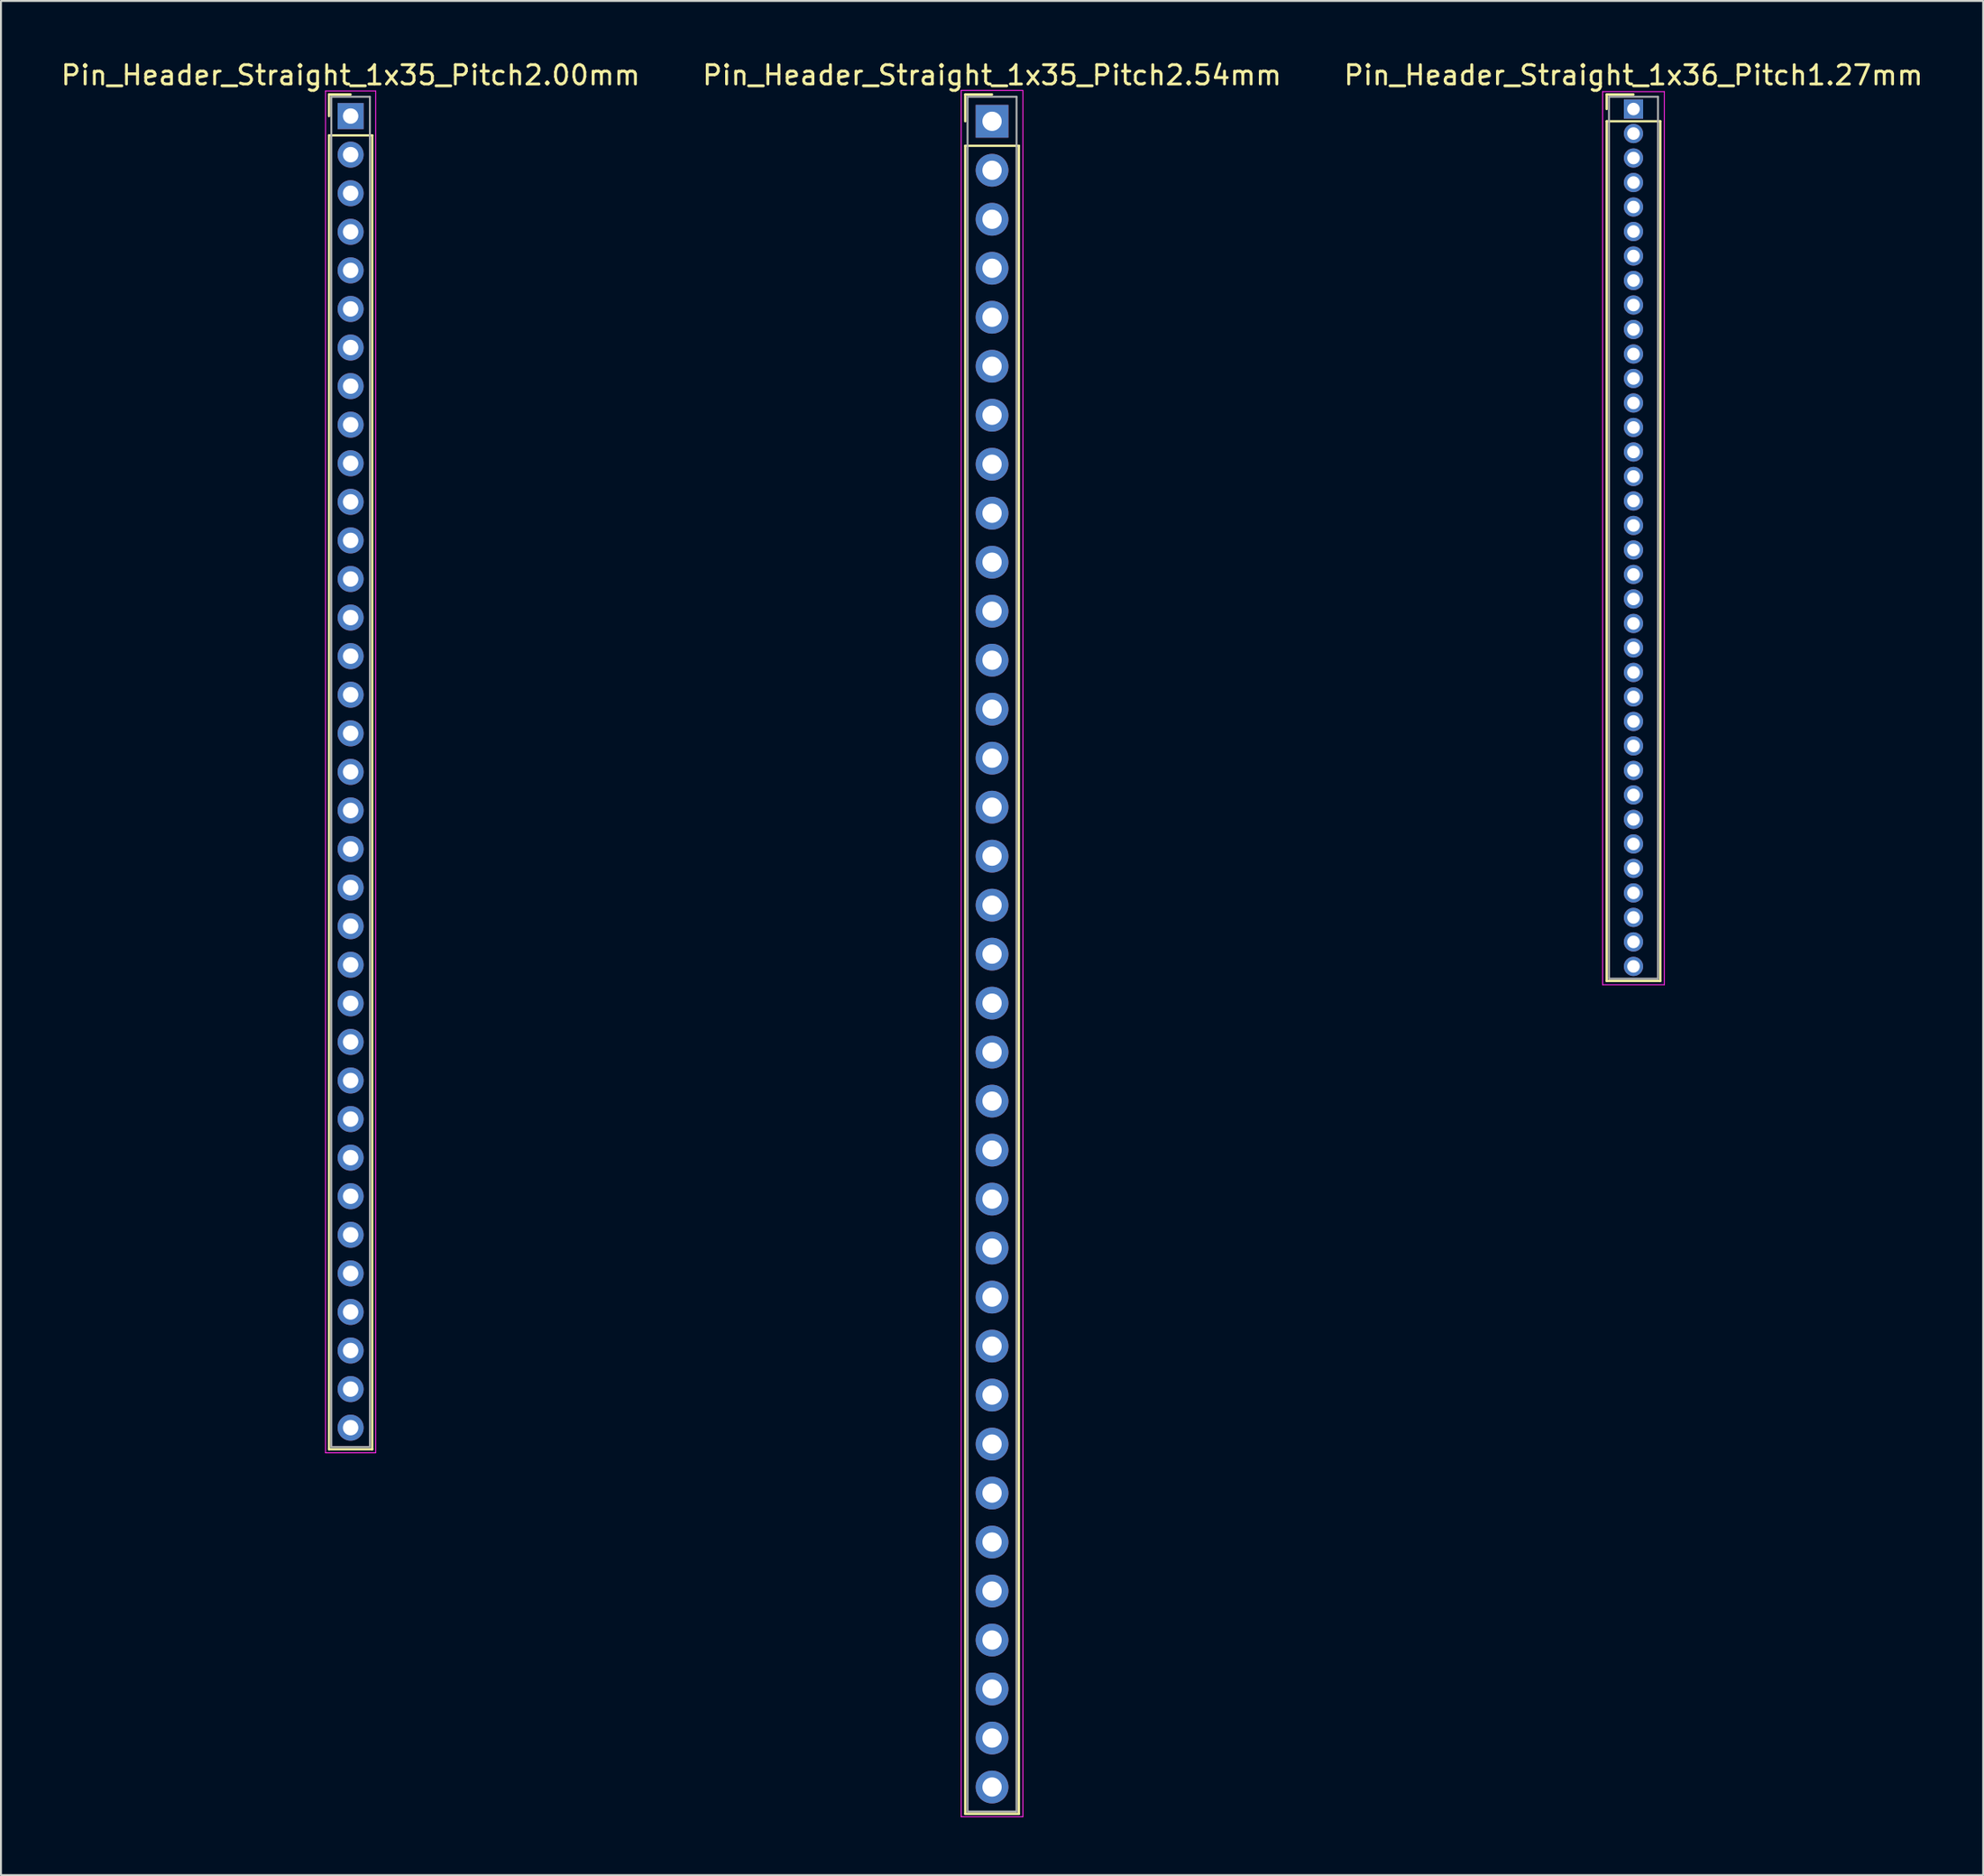
<source format=kicad_pcb>
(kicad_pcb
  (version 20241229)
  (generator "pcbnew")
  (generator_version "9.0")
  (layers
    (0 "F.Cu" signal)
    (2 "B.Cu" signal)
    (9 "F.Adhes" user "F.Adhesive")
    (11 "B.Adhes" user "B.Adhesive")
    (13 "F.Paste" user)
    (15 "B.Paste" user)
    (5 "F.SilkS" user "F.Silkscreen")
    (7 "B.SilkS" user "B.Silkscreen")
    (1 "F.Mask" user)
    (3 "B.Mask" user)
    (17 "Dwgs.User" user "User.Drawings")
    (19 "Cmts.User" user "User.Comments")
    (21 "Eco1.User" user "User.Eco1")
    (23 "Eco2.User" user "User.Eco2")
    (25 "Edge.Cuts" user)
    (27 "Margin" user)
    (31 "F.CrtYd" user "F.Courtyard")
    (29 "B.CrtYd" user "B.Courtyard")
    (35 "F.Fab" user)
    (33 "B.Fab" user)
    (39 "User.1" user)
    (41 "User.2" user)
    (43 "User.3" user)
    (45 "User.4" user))
  (footprint "Pin_Header_Straight_1x35_Pitch2.54mm"
    (layer "F.Cu")
    (at 48.375 3.238)
    (property "Reference" "Pin_Header_Straight_1x35_Pitch2.54mm" (at 0 -2.39 0) (layer "F.SilkS") (effects (font (size 1 1) (thickness 0.15))))
    (attr through_hole)
    (fp_line (start -1.39 -1.39) (end 0 -1.39) (stroke (width 0.12) (type solid)) (layer "F.SilkS"))
    (fp_line (start -1.39 0) (end -1.39 -1.39) (stroke (width 0.12) (type solid)) (layer "F.SilkS"))
    (fp_line (start -1.39 1.27) (end -1.39 87.75) (stroke (width 0.12) (type solid)) (layer "F.SilkS"))
    (fp_line (start -1.39 87.75) (end 1.39 87.75) (stroke (width 0.12) (type solid)) (layer "F.SilkS"))
    (fp_line (start 1.39 1.27) (end -1.39 1.27) (stroke (width 0.12) (type solid)) (layer "F.SilkS"))
    (fp_line (start 1.39 87.75) (end 1.39 1.27) (stroke (width 0.12) (type solid)) (layer "F.SilkS"))
    (fp_line (start -1.6 -1.6) (end -1.6 87.9) (stroke (width 0.05) (type solid)) (layer "F.CrtYd"))
    (fp_line (start -1.6 87.9) (end 1.6 87.9) (stroke (width 0.05) (type solid)) (layer "F.CrtYd"))
    (fp_line (start 1.6 -1.6) (end -1.6 -1.6) (stroke (width 0.05) (type solid)) (layer "F.CrtYd"))
    (fp_line (start 1.6 87.9) (end 1.6 -1.6) (stroke (width 0.05) (type solid)) (layer "F.CrtYd"))
    (fp_line (start -1.27 -1.27) (end -1.27 87.63) (stroke (width 0.1) (type solid)) (layer "F.Fab"))
    (fp_line (start -1.27 87.63) (end 1.27 87.63) (stroke (width 0.1) (type solid)) (layer "F.Fab"))
    (fp_line (start 1.27 -1.27) (end -1.27 -1.27) (stroke (width 0.1) (type solid)) (layer "F.Fab"))
    (fp_line (start 1.27 87.63) (end 1.27 -1.27) (stroke (width 0.1) (type solid)) (layer "F.Fab"))
    (pad "1" thru_hole rect (at 0 0) (size 1.7 1.7) (drill 1) (layers "*.Cu" "*.Mask"))
    (pad "2" thru_hole oval (at 0 2.54) (size 1.7 1.7) (drill 1) (layers "*.Cu" "*.Mask"))
    (pad "3" thru_hole oval (at 0 5.08) (size 1.7 1.7) (drill 1) (layers "*.Cu" "*.Mask"))
    (pad "4" thru_hole oval (at 0 7.62) (size 1.7 1.7) (drill 1) (layers "*.Cu" "*.Mask"))
    (pad "5" thru_hole oval (at 0 10.16) (size 1.7 1.7) (drill 1) (layers "*.Cu" "*.Mask"))
    (pad "6" thru_hole oval (at 0 12.7) (size 1.7 1.7) (drill 1) (layers "*.Cu" "*.Mask"))
    (pad "7" thru_hole oval (at 0 15.24) (size 1.7 1.7) (drill 1) (layers "*.Cu" "*.Mask"))
    (pad "8" thru_hole oval (at 0 17.78) (size 1.7 1.7) (drill 1) (layers "*.Cu" "*.Mask"))
    (pad "9" thru_hole oval (at 0 20.32) (size 1.7 1.7) (drill 1) (layers "*.Cu" "*.Mask"))
    (pad "10" thru_hole oval (at 0 22.86) (size 1.7 1.7) (drill 1) (layers "*.Cu" "*.Mask"))
    (pad "11" thru_hole oval (at 0 25.4) (size 1.7 1.7) (drill 1) (layers "*.Cu" "*.Mask"))
    (pad "12" thru_hole oval (at 0 27.94) (size 1.7 1.7) (drill 1) (layers "*.Cu" "*.Mask"))
    (pad "13" thru_hole oval (at 0 30.48) (size 1.7 1.7) (drill 1) (layers "*.Cu" "*.Mask"))
    (pad "14" thru_hole oval (at 0 33.02) (size 1.7 1.7) (drill 1) (layers "*.Cu" "*.Mask"))
    (pad "15" thru_hole oval (at 0 35.56) (size 1.7 1.7) (drill 1) (layers "*.Cu" "*.Mask"))
    (pad "16" thru_hole oval (at 0 38.1) (size 1.7 1.7) (drill 1) (layers "*.Cu" "*.Mask"))
    (pad "17" thru_hole oval (at 0 40.64) (size 1.7 1.7) (drill 1) (layers "*.Cu" "*.Mask"))
    (pad "18" thru_hole oval (at 0 43.18) (size 1.7 1.7) (drill 1) (layers "*.Cu" "*.Mask"))
    (pad "19" thru_hole oval (at 0 45.72) (size 1.7 1.7) (drill 1) (layers "*.Cu" "*.Mask"))
    (pad "20" thru_hole oval (at 0 48.26) (size 1.7 1.7) (drill 1) (layers "*.Cu" "*.Mask"))
    (pad "21" thru_hole oval (at 0 50.8) (size 1.7 1.7) (drill 1) (layers "*.Cu" "*.Mask"))
    (pad "22" thru_hole oval (at 0 53.34) (size 1.7 1.7) (drill 1) (layers "*.Cu" "*.Mask"))
    (pad "23" thru_hole oval (at 0 55.88) (size 1.7 1.7) (drill 1) (layers "*.Cu" "*.Mask"))
    (pad "24" thru_hole oval (at 0 58.42) (size 1.7 1.7) (drill 1) (layers "*.Cu" "*.Mask"))
    (pad "25" thru_hole oval (at 0 60.96) (size 1.7 1.7) (drill 1) (layers "*.Cu" "*.Mask"))
    (pad "26" thru_hole oval (at 0 63.5) (size 1.7 1.7) (drill 1) (layers "*.Cu" "*.Mask"))
    (pad "27" thru_hole oval (at 0 66.04) (size 1.7 1.7) (drill 1) (layers "*.Cu" "*.Mask"))
    (pad "28" thru_hole oval (at 0 68.58) (size 1.7 1.7) (drill 1) (layers "*.Cu" "*.Mask"))
    (pad "29" thru_hole oval (at 0 71.12) (size 1.7 1.7) (drill 1) (layers "*.Cu" "*.Mask"))
    (pad "30" thru_hole oval (at 0 73.66) (size 1.7 1.7) (drill 1) (layers "*.Cu" "*.Mask"))
    (pad "31" thru_hole oval (at 0 76.2) (size 1.7 1.7) (drill 1) (layers "*.Cu" "*.Mask"))
    (pad "32" thru_hole oval (at 0 78.74) (size 1.7 1.7) (drill 1) (layers "*.Cu" "*.Mask"))
    (pad "33" thru_hole oval (at 0 81.28) (size 1.7 1.7) (drill 1) (layers "*.Cu" "*.Mask"))
    (pad "34" thru_hole oval (at 0 83.82) (size 1.7 1.7) (drill 1) (layers "*.Cu" "*.Mask"))
    (pad "35" thru_hole oval (at 0 86.36) (size 1.7 1.7) (drill 1) (layers "*.Cu" "*.Mask")))
  (footprint "Pin_Header_Straight_1x36_Pitch1.27mm"
    (layer "F.Cu")
    (at 81.625 2.603)
    (property "Reference" "Pin_Header_Straight_1x36_Pitch1.27mm" (at 0 -1.755 0) (layer "F.SilkS") (effects (font (size 1 1) (thickness 0.15))))
    (attr through_hole)
    (fp_line (start -1.39 -0.755) (end 0 -0.755) (stroke (width 0.12) (type solid)) (layer "F.SilkS"))
    (fp_line (start -1.39 0) (end -1.39 -0.755) (stroke (width 0.12) (type solid)) (layer "F.SilkS"))
    (fp_line (start -1.39 0.635) (end -1.39 45.205) (stroke (width 0.12) (type solid)) (layer "F.SilkS"))
    (fp_line (start -1.39 45.205) (end 1.39 45.205) (stroke (width 0.12) (type solid)) (layer "F.SilkS"))
    (fp_line (start 1.39 0.635) (end -1.39 0.635) (stroke (width 0.12) (type solid)) (layer "F.SilkS"))
    (fp_line (start 1.39 45.205) (end 1.39 0.635) (stroke (width 0.12) (type solid)) (layer "F.SilkS"))
    (fp_line (start -1.6 -0.9) (end -1.6 45.4) (stroke (width 0.05) (type solid)) (layer "F.CrtYd"))
    (fp_line (start -1.6 45.4) (end 1.6 45.4) (stroke (width 0.05) (type solid)) (layer "F.CrtYd"))
    (fp_line (start 1.6 -0.9) (end -1.6 -0.9) (stroke (width 0.05) (type solid)) (layer "F.CrtYd"))
    (fp_line (start 1.6 45.4) (end 1.6 -0.9) (stroke (width 0.05) (type solid)) (layer "F.CrtYd"))
    (fp_line (start -1.27 -0.635) (end -1.27 45.085) (stroke (width 0.1) (type solid)) (layer "F.Fab"))
    (fp_line (start -1.27 45.085) (end 1.27 45.085) (stroke (width 0.1) (type solid)) (layer "F.Fab"))
    (fp_line (start 1.27 -0.635) (end -1.27 -0.635) (stroke (width 0.1) (type solid)) (layer "F.Fab"))
    (fp_line (start 1.27 45.085) (end 1.27 -0.635) (stroke (width 0.1) (type solid)) (layer "F.Fab"))
    (pad "1" thru_hole rect (at 0 0) (size 1 1) (drill 0.65) (layers "*.Cu" "*.Mask"))
    (pad "2" thru_hole oval (at 0 1.27) (size 1 1) (drill 0.65) (layers "*.Cu" "*.Mask"))
    (pad "3" thru_hole oval (at 0 2.54) (size 1 1) (drill 0.65) (layers "*.Cu" "*.Mask"))
    (pad "4" thru_hole oval (at 0 3.81) (size 1 1) (drill 0.65) (layers "*.Cu" "*.Mask"))
    (pad "5" thru_hole oval (at 0 5.08) (size 1 1) (drill 0.65) (layers "*.Cu" "*.Mask"))
    (pad "6" thru_hole oval (at 0 6.35) (size 1 1) (drill 0.65) (layers "*.Cu" "*.Mask"))
    (pad "7" thru_hole oval (at 0 7.62) (size 1 1) (drill 0.65) (layers "*.Cu" "*.Mask"))
    (pad "8" thru_hole oval (at 0 8.89) (size 1 1) (drill 0.65) (layers "*.Cu" "*.Mask"))
    (pad "9" thru_hole oval (at 0 10.16) (size 1 1) (drill 0.65) (layers "*.Cu" "*.Mask"))
    (pad "10" thru_hole oval (at 0 11.43) (size 1 1) (drill 0.65) (layers "*.Cu" "*.Mask"))
    (pad "11" thru_hole oval (at 0 12.7) (size 1 1) (drill 0.65) (layers "*.Cu" "*.Mask"))
    (pad "12" thru_hole oval (at 0 13.97) (size 1 1) (drill 0.65) (layers "*.Cu" "*.Mask"))
    (pad "13" thru_hole oval (at 0 15.24) (size 1 1) (drill 0.65) (layers "*.Cu" "*.Mask"))
    (pad "14" thru_hole oval (at 0 16.51) (size 1 1) (drill 0.65) (layers "*.Cu" "*.Mask"))
    (pad "15" thru_hole oval (at 0 17.78) (size 1 1) (drill 0.65) (layers "*.Cu" "*.Mask"))
    (pad "16" thru_hole oval (at 0 19.05) (size 1 1) (drill 0.65) (layers "*.Cu" "*.Mask"))
    (pad "17" thru_hole oval (at 0 20.32) (size 1 1) (drill 0.65) (layers "*.Cu" "*.Mask"))
    (pad "18" thru_hole oval (at 0 21.59) (size 1 1) (drill 0.65) (layers "*.Cu" "*.Mask"))
    (pad "19" thru_hole oval (at 0 22.86) (size 1 1) (drill 0.65) (layers "*.Cu" "*.Mask"))
    (pad "20" thru_hole oval (at 0 24.13) (size 1 1) (drill 0.65) (layers "*.Cu" "*.Mask"))
    (pad "21" thru_hole oval (at 0 25.4) (size 1 1) (drill 0.65) (layers "*.Cu" "*.Mask"))
    (pad "22" thru_hole oval (at 0 26.67) (size 1 1) (drill 0.65) (layers "*.Cu" "*.Mask"))
    (pad "23" thru_hole oval (at 0 27.94) (size 1 1) (drill 0.65) (layers "*.Cu" "*.Mask"))
    (pad "24" thru_hole oval (at 0 29.21) (size 1 1) (drill 0.65) (layers "*.Cu" "*.Mask"))
    (pad "25" thru_hole oval (at 0 30.48) (size 1 1) (drill 0.65) (layers "*.Cu" "*.Mask"))
    (pad "26" thru_hole oval (at 0 31.75) (size 1 1) (drill 0.65) (layers "*.Cu" "*.Mask"))
    (pad "27" thru_hole oval (at 0 33.02) (size 1 1) (drill 0.65) (layers "*.Cu" "*.Mask"))
    (pad "28" thru_hole oval (at 0 34.29) (size 1 1) (drill 0.65) (layers "*.Cu" "*.Mask"))
    (pad "29" thru_hole oval (at 0 35.56) (size 1 1) (drill 0.65) (layers "*.Cu" "*.Mask"))
    (pad "30" thru_hole oval (at 0 36.83) (size 1 1) (drill 0.65) (layers "*.Cu" "*.Mask"))
    (pad "31" thru_hole oval (at 0 38.1) (size 1 1) (drill 0.65) (layers "*.Cu" "*.Mask"))
    (pad "32" thru_hole oval (at 0 39.37) (size 1 1) (drill 0.65) (layers "*.Cu" "*.Mask"))
    (pad "33" thru_hole oval (at 0 40.64) (size 1 1) (drill 0.65) (layers "*.Cu" "*.Mask"))
    (pad "34" thru_hole oval (at 0 41.91) (size 1 1) (drill 0.65) (layers "*.Cu" "*.Mask"))
    (pad "35" thru_hole oval (at 0 43.18) (size 1 1) (drill 0.65) (layers "*.Cu" "*.Mask"))
    (pad "36" thru_hole oval (at 0 44.45) (size 1 1) (drill 0.65) (layers "*.Cu" "*.Mask")))
  (footprint "Pin_Header_Straight_1x35_Pitch2.00mm"
    (layer "F.Cu")
    (at 15.125 2.968)
    (property "Reference" "Pin_Header_Straight_1x35_Pitch2.00mm" (at 0 -2.12 0) (layer "F.SilkS") (effects (font (size 1 1) (thickness 0.15))))
    (attr through_hole)
    (fp_line (start -1.12 -1.12) (end 0 -1.12) (stroke (width 0.12) (type solid)) (layer "F.SilkS"))
    (fp_line (start -1.12 0) (end -1.12 -1.12) (stroke (width 0.12) (type solid)) (layer "F.SilkS"))
    (fp_line (start -1.12 1) (end -1.12 69.12) (stroke (width 0.12) (type solid)) (layer "F.SilkS"))
    (fp_line (start -1.12 69.12) (end 1.12 69.12) (stroke (width 0.12) (type solid)) (layer "F.SilkS"))
    (fp_line (start 1.12 1) (end -1.12 1) (stroke (width 0.12) (type solid)) (layer "F.SilkS"))
    (fp_line (start 1.12 69.12) (end 1.12 1) (stroke (width 0.12) (type solid)) (layer "F.SilkS"))
    (fp_line (start -1.3 -1.3) (end -1.3 69.3) (stroke (width 0.05) (type solid)) (layer "F.CrtYd"))
    (fp_line (start -1.3 69.3) (end 1.3 69.3) (stroke (width 0.05) (type solid)) (layer "F.CrtYd"))
    (fp_line (start 1.3 -1.3) (end -1.3 -1.3) (stroke (width 0.05) (type solid)) (layer "F.CrtYd"))
    (fp_line (start 1.3 69.3) (end 1.3 -1.3) (stroke (width 0.05) (type solid)) (layer "F.CrtYd"))
    (fp_line (start -1 -1) (end -1 69) (stroke (width 0.1) (type solid)) (layer "F.Fab"))
    (fp_line (start -1 69) (end 1 69) (stroke (width 0.1) (type solid)) (layer "F.Fab"))
    (fp_line (start 1 -1) (end -1 -1) (stroke (width 0.1) (type solid)) (layer "F.Fab"))
    (fp_line (start 1 69) (end 1 -1) (stroke (width 0.1) (type solid)) (layer "F.Fab"))
    (pad "1" thru_hole rect (at 0 0) (size 1.35 1.35) (drill 0.8) (layers "*.Cu" "*.Mask"))
    (pad "2" thru_hole oval (at 0 2) (size 1.35 1.35) (drill 0.8) (layers "*.Cu" "*.Mask"))
    (pad "3" thru_hole oval (at 0 4) (size 1.35 1.35) (drill 0.8) (layers "*.Cu" "*.Mask"))
    (pad "4" thru_hole oval (at 0 6) (size 1.35 1.35) (drill 0.8) (layers "*.Cu" "*.Mask"))
    (pad "5" thru_hole oval (at 0 8) (size 1.35 1.35) (drill 0.8) (layers "*.Cu" "*.Mask"))
    (pad "6" thru_hole oval (at 0 10) (size 1.35 1.35) (drill 0.8) (layers "*.Cu" "*.Mask"))
    (pad "7" thru_hole oval (at 0 12) (size 1.35 1.35) (drill 0.8) (layers "*.Cu" "*.Mask"))
    (pad "8" thru_hole oval (at 0 14) (size 1.35 1.35) (drill 0.8) (layers "*.Cu" "*.Mask"))
    (pad "9" thru_hole oval (at 0 16) (size 1.35 1.35) (drill 0.8) (layers "*.Cu" "*.Mask"))
    (pad "10" thru_hole oval (at 0 18) (size 1.35 1.35) (drill 0.8) (layers "*.Cu" "*.Mask"))
    (pad "11" thru_hole oval (at 0 20) (size 1.35 1.35) (drill 0.8) (layers "*.Cu" "*.Mask"))
    (pad "12" thru_hole oval (at 0 22) (size 1.35 1.35) (drill 0.8) (layers "*.Cu" "*.Mask"))
    (pad "13" thru_hole oval (at 0 24) (size 1.35 1.35) (drill 0.8) (layers "*.Cu" "*.Mask"))
    (pad "14" thru_hole oval (at 0 26) (size 1.35 1.35) (drill 0.8) (layers "*.Cu" "*.Mask"))
    (pad "15" thru_hole oval (at 0 28) (size 1.35 1.35) (drill 0.8) (layers "*.Cu" "*.Mask"))
    (pad "16" thru_hole oval (at 0 30) (size 1.35 1.35) (drill 0.8) (layers "*.Cu" "*.Mask"))
    (pad "17" thru_hole oval (at 0 32) (size 1.35 1.35) (drill 0.8) (layers "*.Cu" "*.Mask"))
    (pad "18" thru_hole oval (at 0 34) (size 1.35 1.35) (drill 0.8) (layers "*.Cu" "*.Mask"))
    (pad "19" thru_hole oval (at 0 36) (size 1.35 1.35) (drill 0.8) (layers "*.Cu" "*.Mask"))
    (pad "20" thru_hole oval (at 0 38) (size 1.35 1.35) (drill 0.8) (layers "*.Cu" "*.Mask"))
    (pad "21" thru_hole oval (at 0 40) (size 1.35 1.35) (drill 0.8) (layers "*.Cu" "*.Mask"))
    (pad "22" thru_hole oval (at 0 42) (size 1.35 1.35) (drill 0.8) (layers "*.Cu" "*.Mask"))
    (pad "23" thru_hole oval (at 0 44) (size 1.35 1.35) (drill 0.8) (layers "*.Cu" "*.Mask"))
    (pad "24" thru_hole oval (at 0 46) (size 1.35 1.35) (drill 0.8) (layers "*.Cu" "*.Mask"))
    (pad "25" thru_hole oval (at 0 48) (size 1.35 1.35) (drill 0.8) (layers "*.Cu" "*.Mask"))
    (pad "26" thru_hole oval (at 0 50) (size 1.35 1.35) (drill 0.8) (layers "*.Cu" "*.Mask"))
    (pad "27" thru_hole oval (at 0 52) (size 1.35 1.35) (drill 0.8) (layers "*.Cu" "*.Mask"))
    (pad "28" thru_hole oval (at 0 54) (size 1.35 1.35) (drill 0.8) (layers "*.Cu" "*.Mask"))
    (pad "29" thru_hole oval (at 0 56) (size 1.35 1.35) (drill 0.8) (layers "*.Cu" "*.Mask"))
    (pad "30" thru_hole oval (at 0 58) (size 1.35 1.35) (drill 0.8) (layers "*.Cu" "*.Mask"))
    (pad "31" thru_hole oval (at 0 60) (size 1.35 1.35) (drill 0.8) (layers "*.Cu" "*.Mask"))
    (pad "32" thru_hole oval (at 0 62) (size 1.35 1.35) (drill 0.8) (layers "*.Cu" "*.Mask"))
    (pad "33" thru_hole oval (at 0 64) (size 1.35 1.35) (drill 0.8) (layers "*.Cu" "*.Mask"))
    (pad "34" thru_hole oval (at 0 66) (size 1.35 1.35) (drill 0.8) (layers "*.Cu" "*.Mask"))
    (pad "35" thru_hole oval (at 0 68) (size 1.35 1.35) (drill 0.8) (layers "*.Cu" "*.Mask")))
  (gr_rect
    (start -3 -3)
    (end 99.75 94.163)
    (stroke (width 0.1) (type default))
    (fill no)
    (layer "Edge.Cuts")))
</source>
